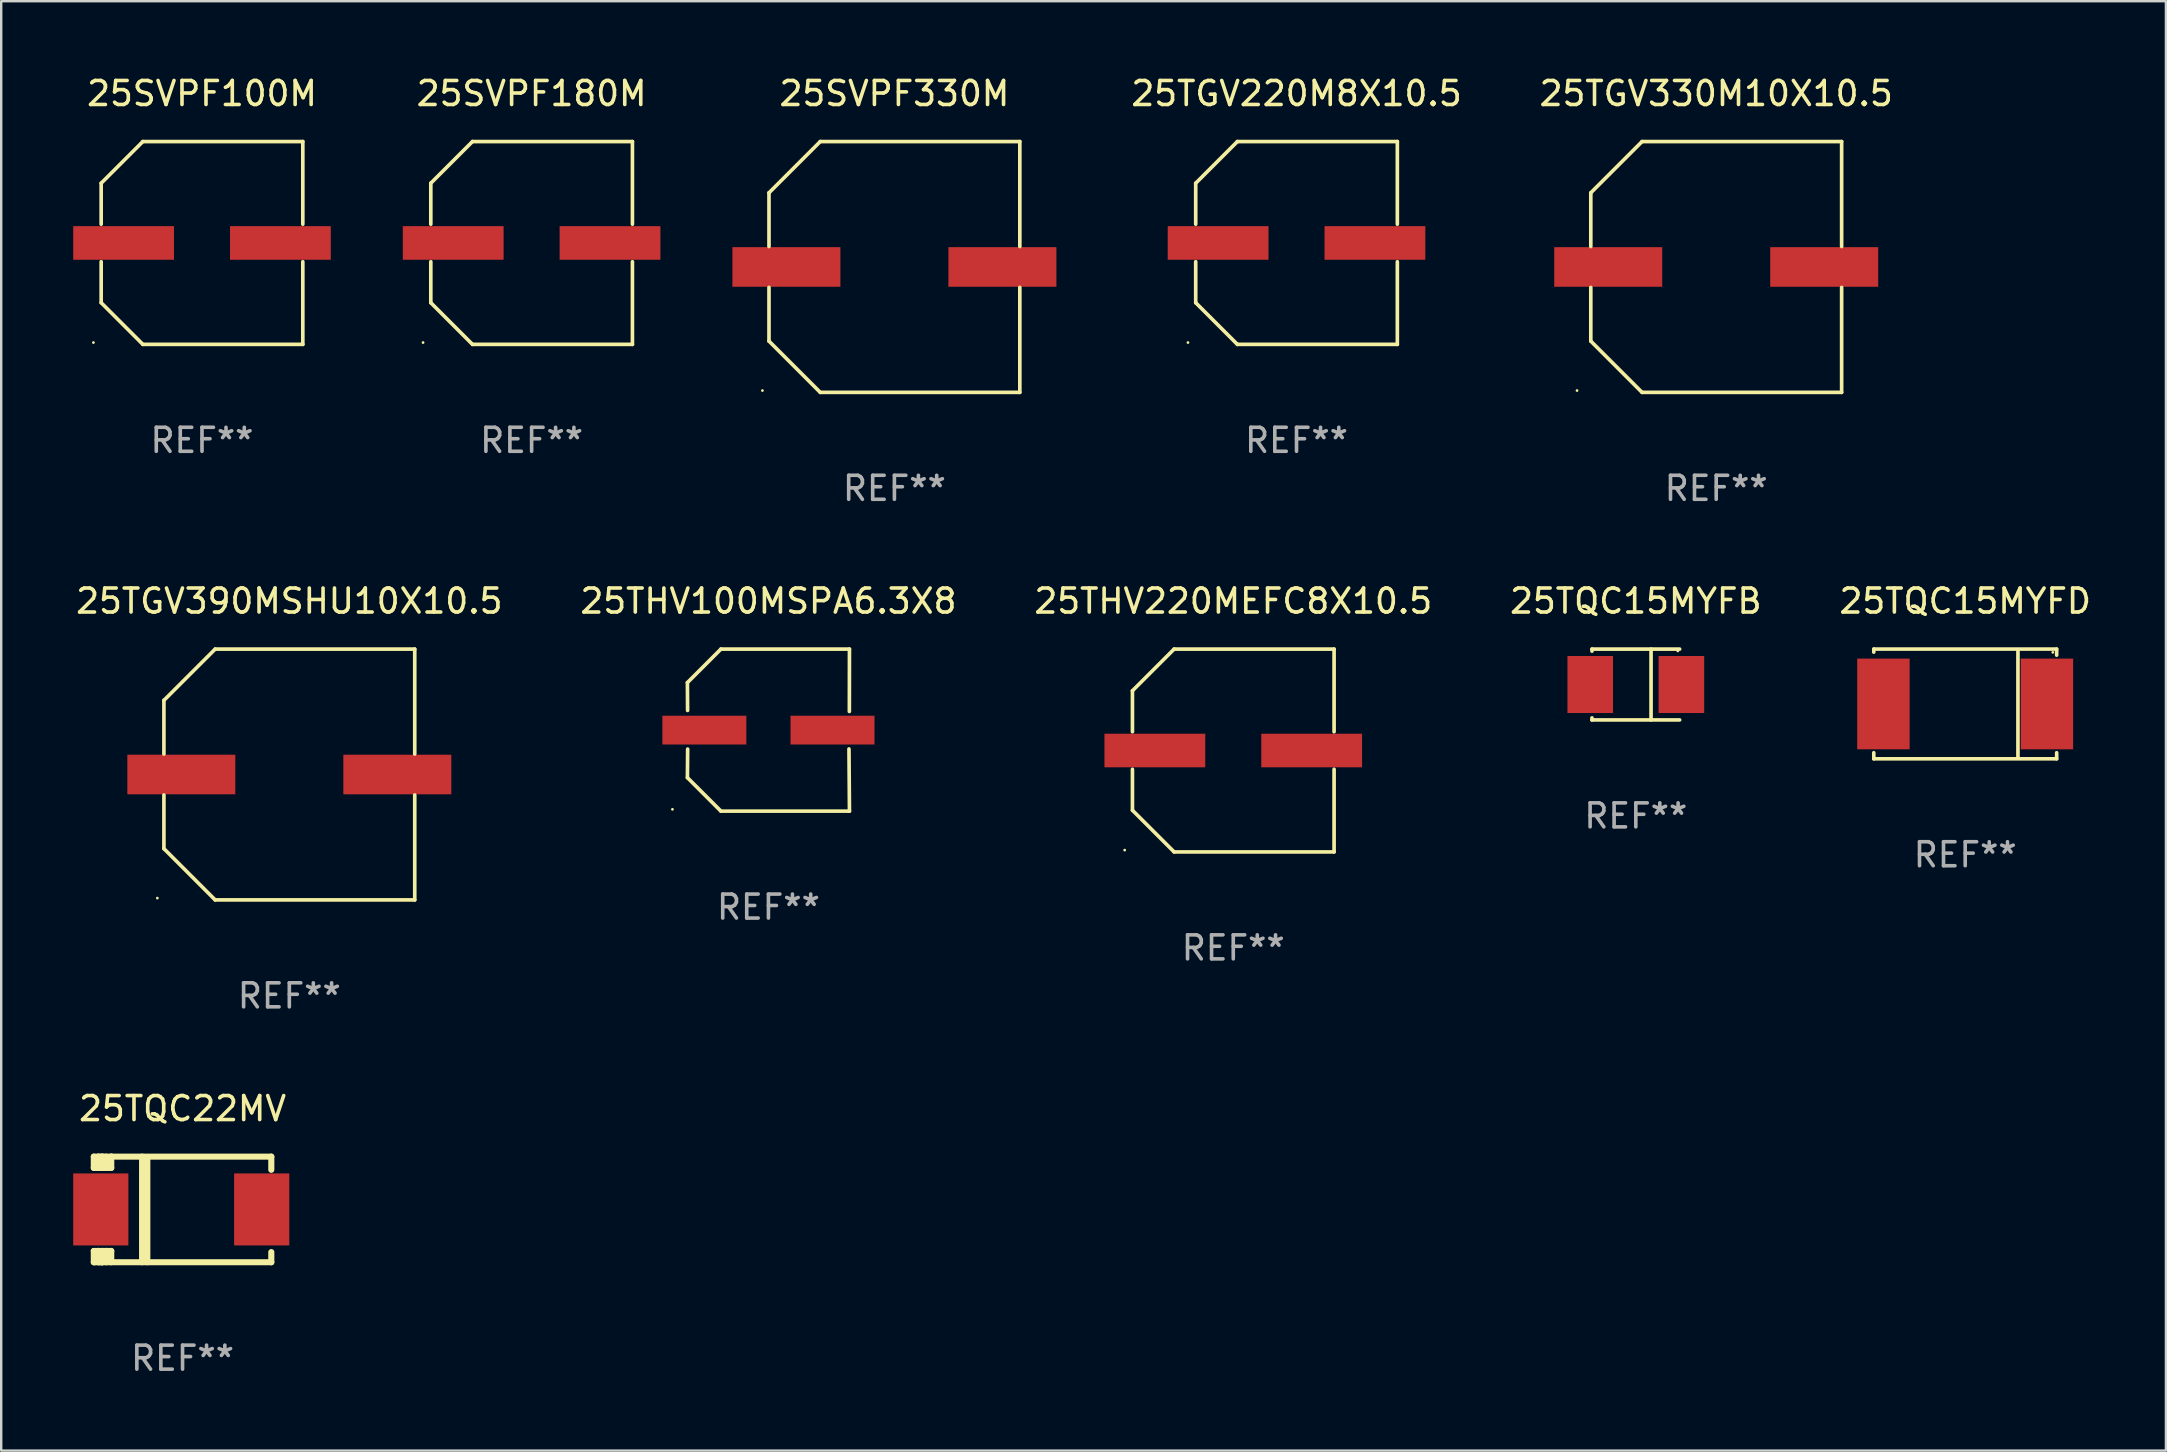
<source format=kicad_pcb>
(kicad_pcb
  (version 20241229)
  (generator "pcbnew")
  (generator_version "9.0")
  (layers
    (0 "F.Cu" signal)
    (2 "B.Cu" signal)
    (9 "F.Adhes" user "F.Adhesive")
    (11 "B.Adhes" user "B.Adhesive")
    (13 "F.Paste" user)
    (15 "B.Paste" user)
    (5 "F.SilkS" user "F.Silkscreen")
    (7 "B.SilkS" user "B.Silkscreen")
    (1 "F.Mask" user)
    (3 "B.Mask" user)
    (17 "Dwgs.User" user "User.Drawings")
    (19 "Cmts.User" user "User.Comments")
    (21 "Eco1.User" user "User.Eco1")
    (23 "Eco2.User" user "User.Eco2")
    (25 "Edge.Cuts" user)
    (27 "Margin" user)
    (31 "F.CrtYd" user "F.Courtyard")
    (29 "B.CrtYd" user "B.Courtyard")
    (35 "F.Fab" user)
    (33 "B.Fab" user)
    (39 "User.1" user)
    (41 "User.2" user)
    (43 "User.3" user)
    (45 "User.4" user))
  (footprint "25SVPF100M"
    (layer "F.Cu")
    (at 5.367 7.074)
    (property "Reference" "25SVPF100M" (at 0 -6.226 0) (layer "F.SilkS") (effects (font (size 1 1) (thickness 0.15))))
    (attr through_hole)
    (fp_line (start -4.201 -2.49) (end -4.201 -0.782) (stroke (width 0.152) (type solid)) (layer "F.SilkS"))
    (fp_line (start -4.201 2.49) (end -4.201 0.782) (stroke (width 0.152) (type solid)) (layer "F.SilkS"))
    (fp_line (start -2.465 -4.226) (end -4.201 -2.49) (stroke (width 0.152) (type solid)) (layer "F.SilkS"))
    (fp_line (start -2.465 4.226) (end -4.201 2.49) (stroke (width 0.152) (type solid)) (layer "F.SilkS"))
    (fp_line (start 4.201 -4.226) (end -2.465 -4.226) (stroke (width 0.152) (type solid)) (layer "F.SilkS"))
    (fp_line (start 4.201 -0.782) (end 4.201 -4.226) (stroke (width 0.152) (type solid)) (layer "F.SilkS"))
    (fp_line (start 4.201 0.782) (end 4.201 4.226) (stroke (width 0.152) (type solid)) (layer "F.SilkS"))
    (fp_line (start 4.201 4.226) (end -2.465 4.226) (stroke (width 0.152) (type solid)) (layer "F.SilkS"))
    (fp_circle (center -4.524 4.15) (end -4.494 4.15) (stroke (width 0.06) (type solid)) (fill no) (layer "F.SilkS"))
    (fp_text user "REF**" (at 0 8.226 0) (layer "F.Fab") (effects (font (size 1 1) (thickness 0.15))))
    (pad "1" smd rect (at -3.267 0) (size 4.2 1.4) (layers "F.Cu" "F.Mask" "F.Paste"))
    (pad "2" smd rect (at 3.267 0) (size 4.2 1.4) (layers "F.Cu" "F.Mask" "F.Paste")))
  (footprint "25TQC22MV"
    (layer "F.Cu")
    (at 4.557 47.346)
    (property "Reference" "25TQC22MV" (at 0 -4.2 0) (layer "F.SilkS") (effects (font (size 1 1) (thickness 0.15))))
    (attr through_hole)
    (fp_line (start -3.698 -2.2) (end -3.502 -2.2) (stroke (width 0.254) (type solid)) (layer "F.SilkS"))
    (fp_line (start -3.698 -1.731) (end -3.698 -2.2) (stroke (width 0.254) (type solid)) (layer "F.SilkS"))
    (fp_line (start -3.698 -1.731) (end -3.502 -1.731) (stroke (width 0.254) (type solid)) (layer "F.SilkS"))
    (fp_line (start -3.698 1.731) (end -3.502 1.731) (stroke (width 0.254) (type solid)) (layer "F.SilkS"))
    (fp_line (start -3.698 2.2) (end -3.698 1.731) (stroke (width 0.254) (type solid)) (layer "F.SilkS"))
    (fp_line (start -3.66 2.2) (end -3.698 2.2) (stroke (width 0.254) (type solid)) (layer "F.SilkS"))
    (fp_line (start -3.66 2.2) (end -3.346 2.2) (stroke (width 0.254) (type solid)) (layer "F.SilkS"))
    (fp_line (start -3.502 -2.2) (end 3.698 -2.2) (stroke (width 0.254) (type solid)) (layer "F.SilkS"))
    (fp_line (start -3.502 -1.731) (end -3.502 -2.2) (stroke (width 0.254) (type solid)) (layer "F.SilkS"))
    (fp_line (start -3.502 1.731) (end -3.502 1.778) (stroke (width 0.254) (type solid)) (layer "F.SilkS"))
    (fp_line (start -3.502 1.731) (end -3.178 1.731) (stroke (width 0.254) (type solid)) (layer "F.SilkS"))
    (fp_line (start -3.502 1.778) (end -3.502 1.731) (stroke (width 0.254) (type solid)) (layer "F.SilkS"))
    (fp_line (start -3.502 2.2) (end -3.502 1.778) (stroke (width 0.254) (type solid)) (layer "F.SilkS"))
    (fp_line (start -3.502 2.2) (end 3.698 2.2) (stroke (width 0.254) (type solid)) (layer "F.SilkS"))
    (fp_line (start -3.367 -2.2) (end -3.367 -1.731) (stroke (width 0.254) (type solid)) (layer "F.SilkS"))
    (fp_line (start -3.346 1.731) (end -3.346 2.2) (stroke (width 0.254) (type solid)) (layer "F.SilkS"))
    (fp_line (start -3.346 2.2) (end -3.346 2.2) (stroke (width 0.254) (type solid)) (layer "F.SilkS"))
    (fp_line (start -3.332 1.731) (end -3.346 1.731) (stroke (width 0.254) (type solid)) (layer "F.SilkS"))
    (fp_line (start -3.303 -2.2) (end -3.367 -2.2) (stroke (width 0.254) (type solid)) (layer "F.SilkS"))
    (fp_line (start -3.179 -1.731) (end -3.179 -1.731) (stroke (width 0.254) (type solid)) (layer "F.SilkS"))
    (fp_line (start -3.179 1.731) (end -3.179 2.2) (stroke (width 0.254) (type solid)) (layer "F.SilkS"))
    (fp_line (start -3.178 -1.731) (end -3.502 -1.731) (stroke (width 0.254) (type solid)) (layer "F.SilkS"))
    (fp_line (start -3.178 -1.731) (end -3.179 -1.731) (stroke (width 0.254) (type solid)) (layer "F.SilkS"))
    (fp_line (start -3.178 -1.731) (end -3.178 -2.2) (stroke (width 0.254) (type solid)) (layer "F.SilkS"))
    (fp_line (start -3.178 1.731) (end -3.178 1.731) (stroke (width 0.254) (type solid)) (layer "F.SilkS"))
    (fp_line (start -2.972 -2.2) (end -2.972 -1.731) (stroke (width 0.254) (type solid)) (layer "F.SilkS"))
    (fp_line (start -2.972 -1.731) (end -3.502 -1.731) (stroke (width 0.254) (type solid)) (layer "F.SilkS"))
    (fp_line (start -2.972 1.731) (end -3.179 1.731) (stroke (width 0.254) (type solid)) (layer "F.SilkS"))
    (fp_line (start -2.972 1.731) (end -2.972 2.2) (stroke (width 0.254) (type solid)) (layer "F.SilkS"))
    (fp_line (start -2.957 -2.2) (end -2.972 -2.2) (stroke (width 0.254) (type solid)) (layer "F.SilkS"))
    (fp_line (start -1.686 -2.2) (end -1.686 2.2) (stroke (width 0.254) (type solid)) (layer "F.SilkS"))
    (fp_line (start -1.469 -2.159) (end -1.469 2.2) (stroke (width 0.254) (type solid)) (layer "F.SilkS"))
    (fp_line (start -1.452 -2.159) (end -1.469 -2.159) (stroke (width 0.254) (type solid)) (layer "F.SilkS"))
    (fp_line (start 3.698 -2.2) (end 3.698 -1.651) (stroke (width 0.254) (type solid)) (layer "F.SilkS"))
    (fp_line (start 3.698 2.2) (end 3.698 1.778) (stroke (width 0.254) (type solid)) (layer "F.SilkS"))
    (fp_circle (center -3.552 2.15) (end -3.522 2.15) (stroke (width 0.06) (type solid)) (fill no) (layer "F.SilkS"))
    (fp_text user "REF**" (at 0 6.2 0) (layer "F.Fab") (effects (font (size 1 1) (thickness 0.15))))
    (pad "1" smd rect (at -3.407 0) (size 2.3 3) (layers "F.Cu" "F.Mask" "F.Paste"))
    (pad "2" smd rect (at 3.298 0) (size 2.3 3) (layers "F.Cu" "F.Mask" "F.Paste")))
  (footprint "25TGV390MSHU10X10.5"
    (layer "F.Cu")
    (at 9.006 29.223)
    (property "Reference" "25TGV390MSHU10X10.5" (at 0 -7.226 0) (layer "F.SilkS") (effects (font (size 1 1) (thickness 0.15))))
    (attr through_hole)
    (fp_line (start -5.226 -3.09) (end -5.226 -0.852) (stroke (width 0.152) (type solid)) (layer "F.SilkS"))
    (fp_line (start -5.226 3.09) (end -5.226 0.852) (stroke (width 0.152) (type solid)) (layer "F.SilkS"))
    (fp_line (start -3.09 -5.226) (end -5.226 -3.09) (stroke (width 0.152) (type solid)) (layer "F.SilkS"))
    (fp_line (start -3.09 5.226) (end -5.226 3.09) (stroke (width 0.152) (type solid)) (layer "F.SilkS"))
    (fp_line (start 5.226 -5.226) (end -3.09 -5.226) (stroke (width 0.152) (type solid)) (layer "F.SilkS"))
    (fp_line (start 5.226 -0.852) (end 5.226 -5.226) (stroke (width 0.152) (type solid)) (layer "F.SilkS"))
    (fp_line (start 5.226 0.852) (end 5.226 5.226) (stroke (width 0.152) (type solid)) (layer "F.SilkS"))
    (fp_line (start 5.226 5.226) (end -3.09 5.226) (stroke (width 0.152) (type solid)) (layer "F.SilkS"))
    (fp_circle (center -5.5 5.15) (end -5.47 5.15) (stroke (width 0.06) (type solid)) (fill no) (layer "F.SilkS"))
    (fp_text user "REF**" (at 0 9.226 0) (layer "F.Fab") (effects (font (size 1 1) (thickness 0.15))))
    (pad "1" smd rect (at -4.5 -0.000025) (size 4.5 1.65) (layers "F.Cu" "F.Mask" "F.Paste"))
    (pad "2" smd rect (at 4.5 -0.000025) (size 4.5 1.65) (layers "F.Cu" "F.Mask" "F.Paste")))
  (footprint "25TGV330M10X10.5"
    (layer "F.Cu")
    (at 68.463 8.074)
    (property "Reference" "25TGV330M10X10.5" (at 0 -7.226 0) (layer "F.SilkS") (effects (font (size 1 1) (thickness 0.15))))
    (attr through_hole)
    (fp_line (start -5.226 -3.09) (end -5.226 -0.852) (stroke (width 0.152) (type solid)) (layer "F.SilkS"))
    (fp_line (start -5.226 3.09) (end -5.226 0.852) (stroke (width 0.152) (type solid)) (layer "F.SilkS"))
    (fp_line (start -3.09 -5.226) (end -5.226 -3.09) (stroke (width 0.152) (type solid)) (layer "F.SilkS"))
    (fp_line (start -3.09 5.226) (end -5.226 3.09) (stroke (width 0.152) (type solid)) (layer "F.SilkS"))
    (fp_line (start 5.226 -5.226) (end -3.09 -5.226) (stroke (width 0.152) (type solid)) (layer "F.SilkS"))
    (fp_line (start 5.226 -0.852) (end 5.226 -5.226) (stroke (width 0.152) (type solid)) (layer "F.SilkS"))
    (fp_line (start 5.226 0.852) (end 5.226 5.226) (stroke (width 0.152) (type solid)) (layer "F.SilkS"))
    (fp_line (start 5.226 5.226) (end -3.09 5.226) (stroke (width 0.152) (type solid)) (layer "F.SilkS"))
    (fp_circle (center -5.8 5.15) (end -5.77 5.15) (stroke (width 0.06) (type solid)) (fill no) (layer "F.SilkS"))
    (fp_text user "REF**" (at 0 9.226 0) (layer "F.Fab") (effects (font (size 1 1) (thickness 0.15))))
    (pad "1" smd rect (at -4.5 0) (size 4.5 1.65) (layers "F.Cu" "F.Mask" "F.Paste"))
    (pad "2" smd rect (at 4.5 0) (size 4.5 1.65) (layers "F.Cu" "F.Mask" "F.Paste")))
  (footprint "25THV220MEFC8X10.5"
    (layer "F.Cu")
    (at 48.339 28.223)
    (property "Reference" "25THV220MEFC8X10.5" (at 0 -6.226 0) (layer "F.SilkS") (effects (font (size 1 1) (thickness 0.15))))
    (attr through_hole)
    (fp_line (start -4.201 -2.49) (end -4.201 -0.782) (stroke (width 0.152) (type solid)) (layer "F.SilkS"))
    (fp_line (start -4.201 2.49) (end -4.201 0.782) (stroke (width 0.152) (type solid)) (layer "F.SilkS"))
    (fp_line (start -2.465 -4.226) (end -4.201 -2.49) (stroke (width 0.152) (type solid)) (layer "F.SilkS"))
    (fp_line (start -2.465 4.226) (end -4.201 2.49) (stroke (width 0.152) (type solid)) (layer "F.SilkS"))
    (fp_line (start 4.201 -4.226) (end -2.465 -4.226) (stroke (width 0.152) (type solid)) (layer "F.SilkS"))
    (fp_line (start 4.201 -0.782) (end 4.201 -4.226) (stroke (width 0.152) (type solid)) (layer "F.SilkS"))
    (fp_line (start 4.201 0.782) (end 4.201 4.226) (stroke (width 0.152) (type solid)) (layer "F.SilkS"))
    (fp_line (start 4.201 4.226) (end -2.465 4.226) (stroke (width 0.152) (type solid)) (layer "F.SilkS"))
    (fp_circle (center -4.524 4.15) (end -4.494 4.15) (stroke (width 0.06) (type solid)) (fill no) (layer "F.SilkS"))
    (fp_text user "REF**" (at 0 8.226 0) (layer "F.Fab") (effects (font (size 1 1) (thickness 0.15))))
    (pad "1" smd rect (at -3.267 0) (size 4.2 1.4) (layers "F.Cu" "F.Mask" "F.Paste"))
    (pad "2" smd rect (at 3.267 0) (size 4.2 1.4) (layers "F.Cu" "F.Mask" "F.Paste")))
  (footprint "25SVPF330M"
    (layer "F.Cu")
    (at 34.219 8.074)
    (property "Reference" "25SVPF330M" (at 0 -7.226 0) (layer "F.SilkS") (effects (font (size 1 1) (thickness 0.15))))
    (attr through_hole)
    (fp_line (start -5.226 -3.09) (end -5.226 -0.852) (stroke (width 0.152) (type solid)) (layer "F.SilkS"))
    (fp_line (start -5.226 3.09) (end -5.226 0.852) (stroke (width 0.152) (type solid)) (layer "F.SilkS"))
    (fp_line (start -3.09 -5.226) (end -5.226 -3.09) (stroke (width 0.152) (type solid)) (layer "F.SilkS"))
    (fp_line (start -3.09 5.226) (end -5.226 3.09) (stroke (width 0.152) (type solid)) (layer "F.SilkS"))
    (fp_line (start 5.226 -5.226) (end -3.09 -5.226) (stroke (width 0.152) (type solid)) (layer "F.SilkS"))
    (fp_line (start 5.226 -0.852) (end 5.226 -5.226) (stroke (width 0.152) (type solid)) (layer "F.SilkS"))
    (fp_line (start 5.226 0.852) (end 5.226 5.226) (stroke (width 0.152) (type solid)) (layer "F.SilkS"))
    (fp_line (start 5.226 5.226) (end -3.09 5.226) (stroke (width 0.152) (type solid)) (layer "F.SilkS"))
    (fp_circle (center -5.5 5.15) (end -5.47 5.15) (stroke (width 0.06) (type solid)) (fill no) (layer "F.SilkS"))
    (fp_text user "REF**" (at 0 9.226 0) (layer "F.Fab") (effects (font (size 1 1) (thickness 0.15))))
    (pad "1" smd rect (at -4.5 -0.000025) (size 4.5 1.65) (layers "F.Cu" "F.Mask" "F.Paste"))
    (pad "2" smd rect (at 4.5 -0.000025) (size 4.5 1.65) (layers "F.Cu" "F.Mask" "F.Paste")))
  (footprint "25THV100MSPA6.3X8"
    (layer "F.Cu")
    (at 28.97 27.373)
    (property "Reference" "25THV100MSPA6.3X8" (at 0 -5.376 0) (layer "F.SilkS") (effects (font (size 1 1) (thickness 0.15))))
    (attr through_hole)
    (fp_line (start -3.376 -1.98) (end -3.369 -0.819) (stroke (width 0.152) (type solid)) (layer "F.SilkS"))
    (fp_line (start -3.376 1.981) (end -3.366 0.791) (stroke (width 0.152) (type solid)) (layer "F.SilkS"))
    (fp_line (start -1.981 3.376) (end -3.376 1.981) (stroke (width 0.152) (type solid)) (layer "F.SilkS"))
    (fp_line (start -1.98 -3.376) (end -3.376 -1.98) (stroke (width 0.152) (type solid)) (layer "F.SilkS"))
    (fp_line (start 3.356 0.785) (end 3.376 3.376) (stroke (width 0.152) (type solid)) (layer "F.SilkS"))
    (fp_line (start 3.372 -0.776) (end 3.376 -3.376) (stroke (width 0.152) (type solid)) (layer "F.SilkS"))
    (fp_line (start 3.376 3.376) (end -1.981 3.376) (stroke (width 0.152) (type solid)) (layer "F.SilkS"))
    (fp_line (start 3.376 -3.376) (end -1.98 -3.376) (stroke (width 0.152) (type solid)) (layer "F.SilkS"))
    (fp_circle (center -4 3.3) (end -3.97 3.3) (stroke (width 0.06) (type solid)) (fill no) (layer "F.SilkS"))
    (fp_text user "REF**" (at 0 7.376 0) (layer "F.Fab") (effects (font (size 1 1) (thickness 0.15))))
    (pad "1" smd rect (at -2.67 0.000203) (size 3.5 1.2) (layers "F.Cu" "F.Mask" "F.Paste"))
    (pad "2" smd rect (at 2.67 0.000203) (size 3.5 1.2) (layers "F.Cu" "F.Mask" "F.Paste")))
  (footprint "25SVPF180M"
    (layer "F.Cu")
    (at 19.102 7.074)
    (property "Reference" "25SVPF180M" (at 0 -6.226 0) (layer "F.SilkS") (effects (font (size 1 1) (thickness 0.15))))
    (attr through_hole)
    (fp_line (start -4.201 -2.49) (end -4.201 -0.782) (stroke (width 0.152) (type solid)) (layer "F.SilkS"))
    (fp_line (start -4.201 2.49) (end -4.201 0.782) (stroke (width 0.152) (type solid)) (layer "F.SilkS"))
    (fp_line (start -2.465 -4.226) (end -4.201 -2.49) (stroke (width 0.152) (type solid)) (layer "F.SilkS"))
    (fp_line (start -2.465 4.226) (end -4.201 2.49) (stroke (width 0.152) (type solid)) (layer "F.SilkS"))
    (fp_line (start 4.201 -4.226) (end -2.465 -4.226) (stroke (width 0.152) (type solid)) (layer "F.SilkS"))
    (fp_line (start 4.201 -0.782) (end 4.201 -4.226) (stroke (width 0.152) (type solid)) (layer "F.SilkS"))
    (fp_line (start 4.201 0.782) (end 4.201 4.226) (stroke (width 0.152) (type solid)) (layer "F.SilkS"))
    (fp_line (start 4.201 4.226) (end -2.465 4.226) (stroke (width 0.152) (type solid)) (layer "F.SilkS"))
    (fp_circle (center -4.524 4.15) (end -4.494 4.15) (stroke (width 0.06) (type solid)) (fill no) (layer "F.SilkS"))
    (fp_text user "REF**" (at 0 8.226 0) (layer "F.Fab") (effects (font (size 1 1) (thickness 0.15))))
    (pad "1" smd rect (at -3.267 0) (size 4.2 1.4) (layers "F.Cu" "F.Mask" "F.Paste"))
    (pad "2" smd rect (at 3.267 0) (size 4.2 1.4) (layers "F.Cu" "F.Mask" "F.Paste")))
  (footprint "25TQC15MYFD"
    (layer "F.Cu")
    (at 78.839 26.283)
    (property "Reference" "25TQC15MYFD" (at 0 -4.286 0) (layer "F.SilkS") (effects (font (size 1 1) (thickness 0.15))))
    (attr through_hole)
    (fp_line (start -3.81 -2.286) (end -3.81 -2.159) (stroke (width 0.15) (type solid)) (layer "F.SilkS"))
    (fp_line (start -3.81 2.032) (end -3.81 2.286) (stroke (width 0.15) (type solid)) (layer "F.SilkS"))
    (fp_line (start -3.81 2.286) (end 3.81 2.286) (stroke (width 0.15) (type solid)) (layer "F.SilkS"))
    (fp_line (start 2.197 -2.226) (end 2.197 2.226) (stroke (width 0.152) (type solid)) (layer "F.SilkS"))
    (fp_line (start 3.81 -2.286) (end -3.81 -2.286) (stroke (width 0.15) (type solid)) (layer "F.SilkS"))
    (fp_line (start 3.81 -2.032) (end 3.81 -2.286) (stroke (width 0.15) (type solid)) (layer "F.SilkS"))
    (fp_line (start 3.81 2.286) (end 3.81 2.032) (stroke (width 0.15) (type solid)) (layer "F.SilkS"))
    (fp_circle (center 3.65 -2.15) (end 3.68 -2.15) (stroke (width 0.06) (type solid)) (fill no) (layer "F.SilkS"))
    (fp_text user "REF**" (at 0 6.286 0) (layer "F.Fab") (effects (font (size 1 1) (thickness 0.15))))
    (pad "1" smd rect (at 3.404 0 180) (size 2.185 3.78) (layers "F.Cu" "F.Mask" "F.Paste"))
    (pad "2" smd rect (at -3.409 0 180) (size 2.185 3.78) (layers "F.Cu" "F.Mask" "F.Paste")))
  (footprint "25TQC15MYFB"
    (layer "F.Cu")
    (at 65.113 25.473)
    (property "Reference" "25TQC15MYFB" (at 0 -3.476 0) (layer "F.SilkS") (effects (font (size 1 1) (thickness 0.15))))
    (attr through_hole)
    (fp_line (start -1.826 -1.476) (end -1.826 -1.391) (stroke (width 0.152) (type solid)) (layer "F.SilkS"))
    (fp_line (start -1.826 -1.476) (end 1.826 -1.476) (stroke (width 0.152) (type solid)) (layer "F.SilkS"))
    (fp_line (start -1.826 1.476) (end -1.826 1.391) (stroke (width 0.152) (type solid)) (layer "F.SilkS"))
    (fp_line (start -1.826 1.476) (end 1.826 1.476) (stroke (width 0.152) (type solid)) (layer "F.SilkS"))
    (fp_line (start 0.635 -1.476) (end 0.635 1.476) (stroke (width 0.152) (type solid)) (layer "F.SilkS"))
    (fp_circle (center 1.75 -1.4) (end 1.78 -1.4) (stroke (width 0.06) (type solid)) (fill no) (layer "F.SilkS"))
    (fp_text user "REF**" (at 0 5.476 0) (layer "F.Fab") (effects (font (size 1 1) (thickness 0.15))))
    (pad "1" smd rect (at 1.899 0) (size 1.9 2.376) (layers "F.Cu" "F.Mask" "F.Paste"))
    (pad "2" smd rect (at -1.899 0) (size 1.9 2.376) (layers "F.Cu" "F.Mask" "F.Paste")))
  (footprint "25TGV220M8X10.5"
    (layer "F.Cu")
    (at 50.975 7.074)
    (property "Reference" "25TGV220M8X10.5" (at 0 -6.226 0) (layer "F.SilkS") (effects (font (size 1 1) (thickness 0.15))))
    (attr through_hole)
    (fp_line (start -4.201 -2.49) (end -4.201 -0.782) (stroke (width 0.152) (type solid)) (layer "F.SilkS"))
    (fp_line (start -4.201 2.49) (end -4.201 0.782) (stroke (width 0.152) (type solid)) (layer "F.SilkS"))
    (fp_line (start -2.465 -4.226) (end -4.201 -2.49) (stroke (width 0.152) (type solid)) (layer "F.SilkS"))
    (fp_line (start -2.465 4.226) (end -4.201 2.49) (stroke (width 0.152) (type solid)) (layer "F.SilkS"))
    (fp_line (start 4.201 -4.226) (end -2.465 -4.226) (stroke (width 0.152) (type solid)) (layer "F.SilkS"))
    (fp_line (start 4.201 -0.782) (end 4.201 -4.226) (stroke (width 0.152) (type solid)) (layer "F.SilkS"))
    (fp_line (start 4.201 0.782) (end 4.201 4.226) (stroke (width 0.152) (type solid)) (layer "F.SilkS"))
    (fp_line (start 4.201 4.226) (end -2.465 4.226) (stroke (width 0.152) (type solid)) (layer "F.SilkS"))
    (fp_circle (center -4.524 4.15) (end -4.494 4.15) (stroke (width 0.06) (type solid)) (fill no) (layer "F.SilkS"))
    (fp_text user "REF**" (at 0 8.226 0) (layer "F.Fab") (effects (font (size 1 1) (thickness 0.15))))
    (pad "1" smd rect (at -3.267 0) (size 4.2 1.4) (layers "F.Cu" "F.Mask" "F.Paste"))
    (pad "2" smd rect (at 3.267 0) (size 4.2 1.4) (layers "F.Cu" "F.Mask" "F.Paste")))
  (gr_rect
    (start -3 -3)
    (end 87.202 57.394)
    (stroke (width 0.1) (type default))
    (fill no)
    (layer "Edge.Cuts")))
</source>
